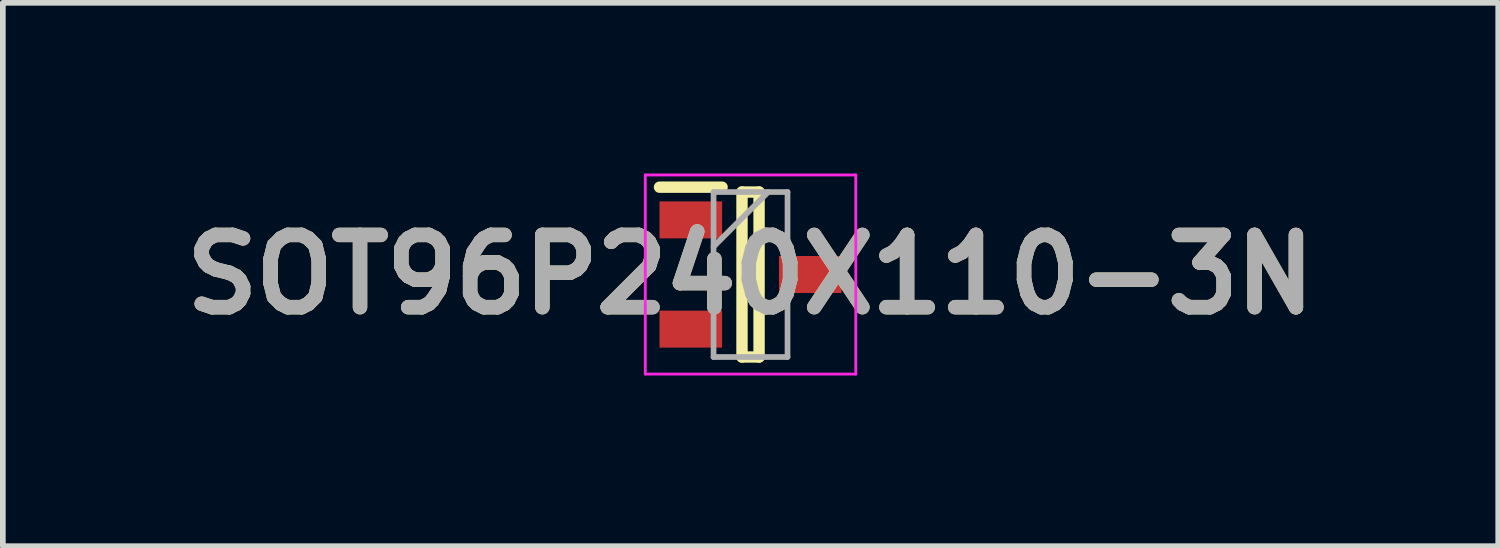
<source format=kicad_pcb>
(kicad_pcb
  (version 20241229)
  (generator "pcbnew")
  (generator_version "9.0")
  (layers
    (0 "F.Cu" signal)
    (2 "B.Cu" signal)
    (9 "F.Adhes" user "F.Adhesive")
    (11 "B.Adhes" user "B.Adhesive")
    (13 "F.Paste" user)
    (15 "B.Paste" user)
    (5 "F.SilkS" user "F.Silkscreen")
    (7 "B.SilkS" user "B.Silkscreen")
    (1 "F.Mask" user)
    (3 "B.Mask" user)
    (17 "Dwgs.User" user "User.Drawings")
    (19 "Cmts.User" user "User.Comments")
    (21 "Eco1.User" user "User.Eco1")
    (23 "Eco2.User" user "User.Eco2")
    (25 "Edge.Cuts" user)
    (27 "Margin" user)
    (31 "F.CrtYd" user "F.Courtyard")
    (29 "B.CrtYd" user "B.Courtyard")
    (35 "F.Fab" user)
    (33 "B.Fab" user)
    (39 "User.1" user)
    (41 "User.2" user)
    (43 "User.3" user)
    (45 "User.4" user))
  (footprint "SOT96P240X110-3N"
    (layer "F.Cu")
    (at 10.142 1.775)
    (property "Reference" "SOT96P240X110-3N" (at 0 0 0) (layer "F.SilkS") (effects (font (size 1.27 1.27) (thickness 0.254))))
    (attr smd)
    (fp_line (start -1.6 -1.535) (end -0.5 -1.535) (stroke (width 0.2) (type solid)) (layer "F.SilkS"))
    (fp_line (start -0.15 -1.45) (end 0.15 -1.45) (stroke (width 0.2) (type solid)) (layer "F.SilkS"))
    (fp_line (start -0.15 1.45) (end -0.15 -1.45) (stroke (width 0.2) (type solid)) (layer "F.SilkS"))
    (fp_line (start 0.15 -1.45) (end 0.15 1.45) (stroke (width 0.2) (type solid)) (layer "F.SilkS"))
    (fp_line (start 0.15 1.45) (end -0.15 1.45) (stroke (width 0.2) (type solid)) (layer "F.SilkS"))
    (fp_line (start -1.85 -1.75) (end 1.85 -1.75) (stroke (width 0.05) (type solid)) (layer "F.CrtYd"))
    (fp_line (start -1.85 1.75) (end -1.85 -1.75) (stroke (width 0.05) (type solid)) (layer "F.CrtYd"))
    (fp_line (start 1.85 -1.75) (end 1.85 1.75) (stroke (width 0.05) (type solid)) (layer "F.CrtYd"))
    (fp_line (start 1.85 1.75) (end -1.85 1.75) (stroke (width 0.05) (type solid)) (layer "F.CrtYd"))
    (fp_line (start -0.65 -1.45) (end 0.65 -1.45) (stroke (width 0.1) (type solid)) (layer "F.Fab"))
    (fp_line (start -0.65 -0.49) (end 0.31 -1.45) (stroke (width 0.1) (type solid)) (layer "F.Fab"))
    (fp_line (start -0.65 1.45) (end -0.65 -1.45) (stroke (width 0.1) (type solid)) (layer "F.Fab"))
    (fp_line (start 0.65 -1.45) (end 0.65 1.45) (stroke (width 0.1) (type solid)) (layer "F.Fab"))
    (fp_line (start 0.65 1.45) (end -0.65 1.45) (stroke (width 0.1) (type solid)) (layer "F.Fab"))
    (fp_text user "${REFERENCE}" (at 0 0 0) (layer "F.Fab") (effects (font (size 1.27 1.27) (thickness 0.254))))
    (pad "1" smd rect (at -1.05 -0.96 90) (size 0.65 1.1) (layers "F.Cu" "F.Mask" "F.Paste"))
    (pad "2" smd rect (at -1.05 0.96 90) (size 0.65 1.1) (layers "F.Cu" "F.Mask" "F.Paste"))
    (pad "3" smd rect (at 1.05 0 90) (size 0.65 1.1) (layers "F.Cu" "F.Mask" "F.Paste")))
  (gr_rect
    (start -3 -3)
    (end 23.284 6.55)
    (stroke (width 0.1) (type default))
    (fill no)
    (layer "Edge.Cuts")))
</source>
